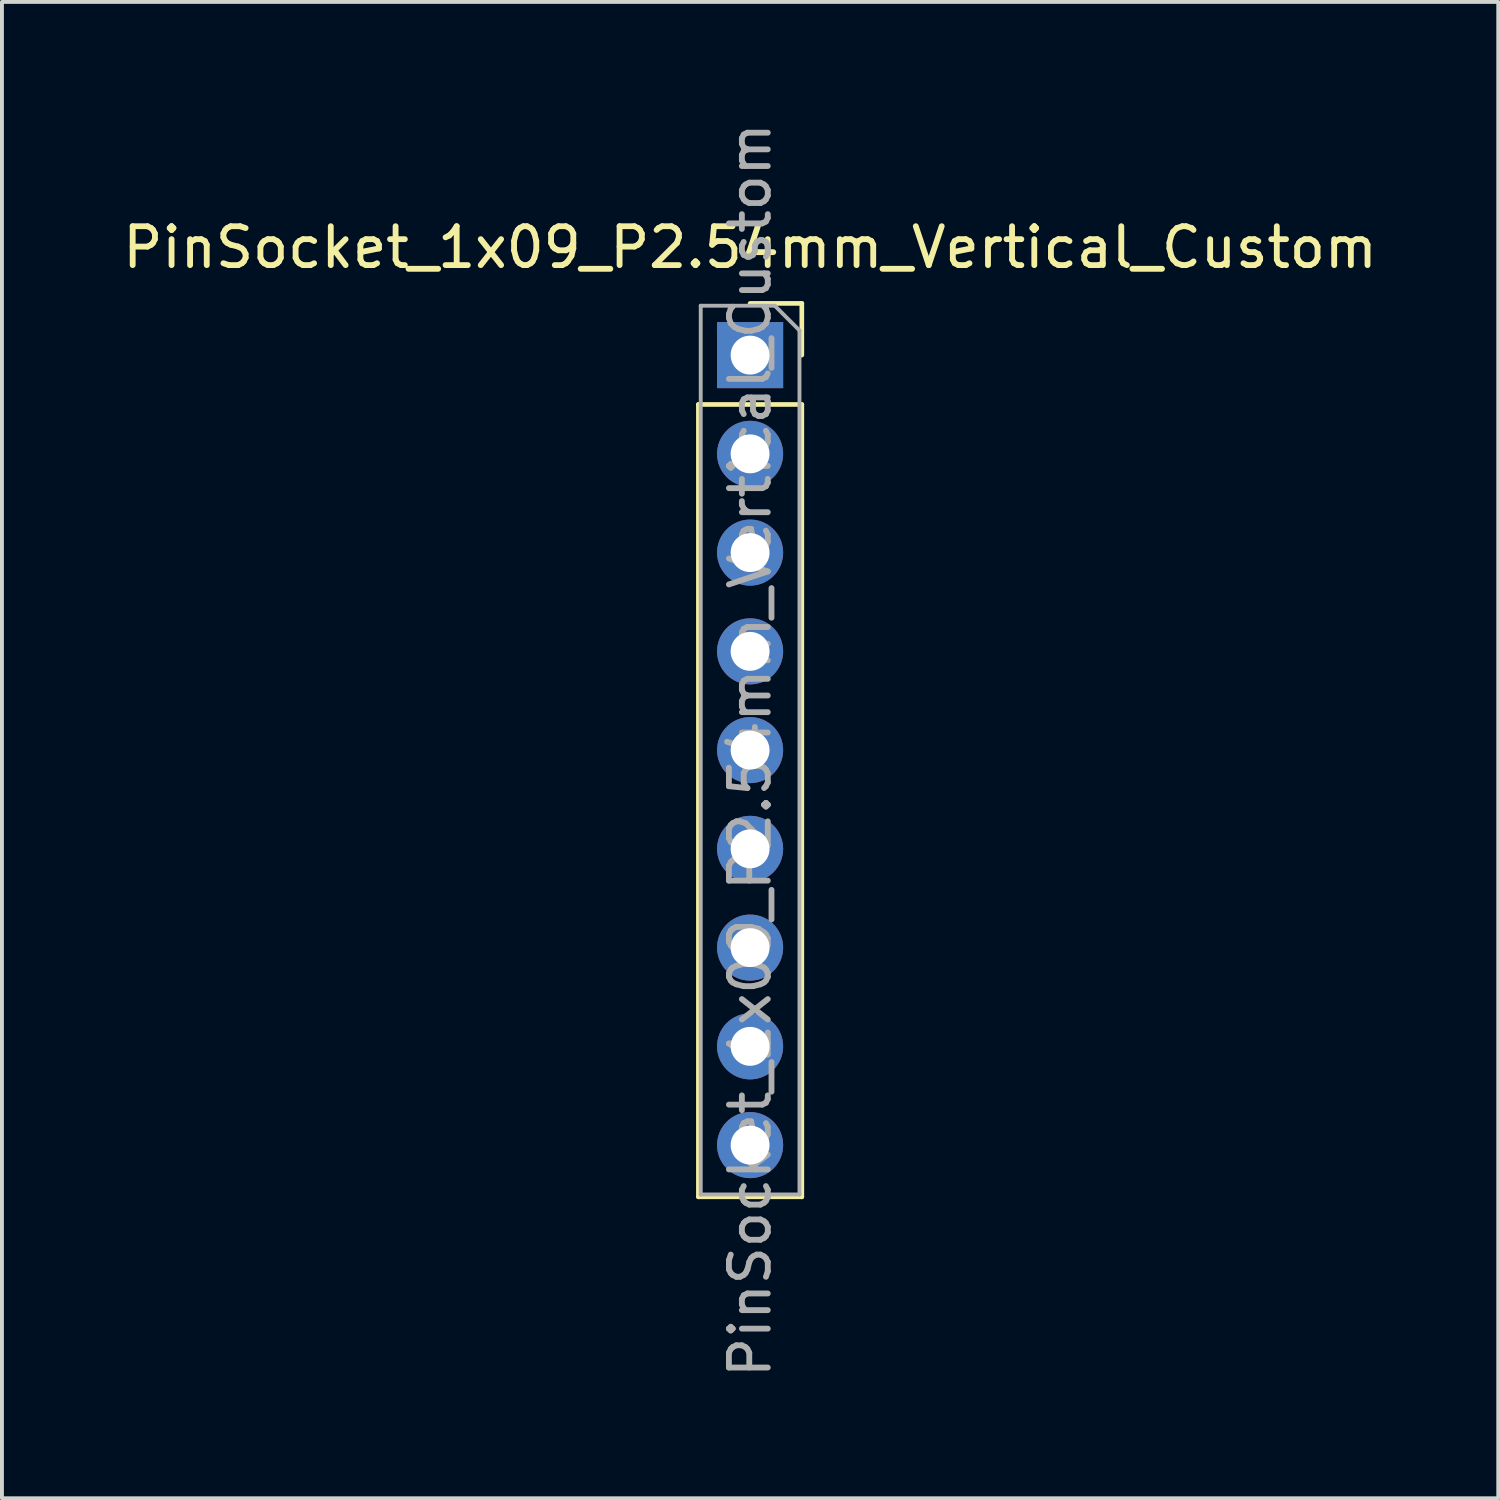
<source format=kicad_pcb>
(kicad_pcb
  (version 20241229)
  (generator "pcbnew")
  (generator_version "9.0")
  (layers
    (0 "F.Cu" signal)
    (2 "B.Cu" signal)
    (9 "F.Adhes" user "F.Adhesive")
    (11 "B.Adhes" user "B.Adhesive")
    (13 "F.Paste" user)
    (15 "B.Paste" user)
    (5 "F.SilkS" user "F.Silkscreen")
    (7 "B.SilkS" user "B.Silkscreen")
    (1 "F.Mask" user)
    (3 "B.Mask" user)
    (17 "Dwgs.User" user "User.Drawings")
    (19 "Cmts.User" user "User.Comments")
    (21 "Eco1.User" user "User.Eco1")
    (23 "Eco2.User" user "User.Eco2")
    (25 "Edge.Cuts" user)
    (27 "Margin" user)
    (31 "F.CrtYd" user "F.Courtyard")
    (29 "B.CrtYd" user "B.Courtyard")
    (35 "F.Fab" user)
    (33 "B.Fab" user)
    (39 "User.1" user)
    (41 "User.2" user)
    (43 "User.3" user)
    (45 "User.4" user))
  (footprint "PinSocket_1x09_P2.54mm_Vertical_Custom"
    (layer "F.Cu")
    (at 16.244 6.084)
    (property "Reference" "PinSocket_1x09_P2.54mm_Vertical_Custom" (at 0 -2.77 180) (layer "F.SilkS") (effects (font (size 1 1) (thickness 0.15))))
    (attr through_hole)
    (fp_line (start -1.33 1.27) (end -1.33 21.65) (stroke (width 0.12) (type solid)) (layer "F.SilkS"))
    (fp_line (start -1.33 1.27) (end 1.33 1.27) (stroke (width 0.12) (type solid)) (layer "F.SilkS"))
    (fp_line (start -1.33 21.65) (end 1.33 21.65) (stroke (width 0.12) (type solid)) (layer "F.SilkS"))
    (fp_line (start 0 -1.33) (end 1.33 -1.33) (stroke (width 0.12) (type solid)) (layer "F.SilkS"))
    (fp_line (start 1.33 -1.33) (end 1.33 0) (stroke (width 0.12) (type solid)) (layer "F.SilkS"))
    (fp_line (start 1.33 1.27) (end 1.33 21.65) (stroke (width 0.12) (type solid)) (layer "F.SilkS"))
    (fp_line (start -1.27 -1.27) (end 0.635 -1.27) (stroke (width 0.1) (type solid)) (layer "F.Fab"))
    (fp_line (start -1.27 21.59) (end -1.27 -1.27) (stroke (width 0.1) (type solid)) (layer "F.Fab"))
    (fp_line (start 0.635 -1.27) (end 1.27 -0.635) (stroke (width 0.1) (type solid)) (layer "F.Fab"))
    (fp_line (start 1.27 -0.635) (end 1.27 21.59) (stroke (width 0.1) (type solid)) (layer "F.Fab"))
    (fp_line (start 1.27 21.59) (end -1.27 21.59) (stroke (width 0.1) (type solid)) (layer "F.Fab"))
    (fp_text user "${REFERENCE}" (at 0 10.16 90) (layer "F.Fab") (effects (font (size 1 1) (thickness 0.15))))
    (pad "1" thru_hole rect (at 0 0) (size 1.7 1.7) (drill 1) (layers "*.Cu" "*.Mask"))
    (pad "2" thru_hole oval (at 0 2.54) (size 1.7 1.7) (drill 1) (layers "*.Cu" "*.Mask"))
    (pad "3" thru_hole oval (at 0 5.08) (size 1.7 1.7) (drill 1) (layers "*.Cu" "*.Mask"))
    (pad "4" thru_hole oval (at 0 7.62) (size 1.7 1.7) (drill 1) (layers "*.Cu" "*.Mask"))
    (pad "5" thru_hole oval (at 0 10.16) (size 1.7 1.7) (drill 1) (layers "*.Cu" "*.Mask"))
    (pad "6" thru_hole oval (at 0 12.7) (size 1.7 1.7) (drill 1) (layers "*.Cu" "*.Mask"))
    (pad "7" thru_hole oval (at 0 15.24) (size 1.7 1.7) (drill 1) (layers "*.Cu" "*.Mask"))
    (pad "8" thru_hole oval (at 0 17.78) (size 1.7 1.7) (drill 1) (layers "*.Cu" "*.Mask"))
    (pad "9" thru_hole oval (at 0 20.32) (size 1.7 1.7) (drill 1) (layers "*.Cu" "*.Mask")))
  (gr_rect
    (start -3 -3)
    (end 35.488 35.488)
    (stroke (width 0.1) (type default))
    (fill no)
    (layer "Edge.Cuts")))
</source>
